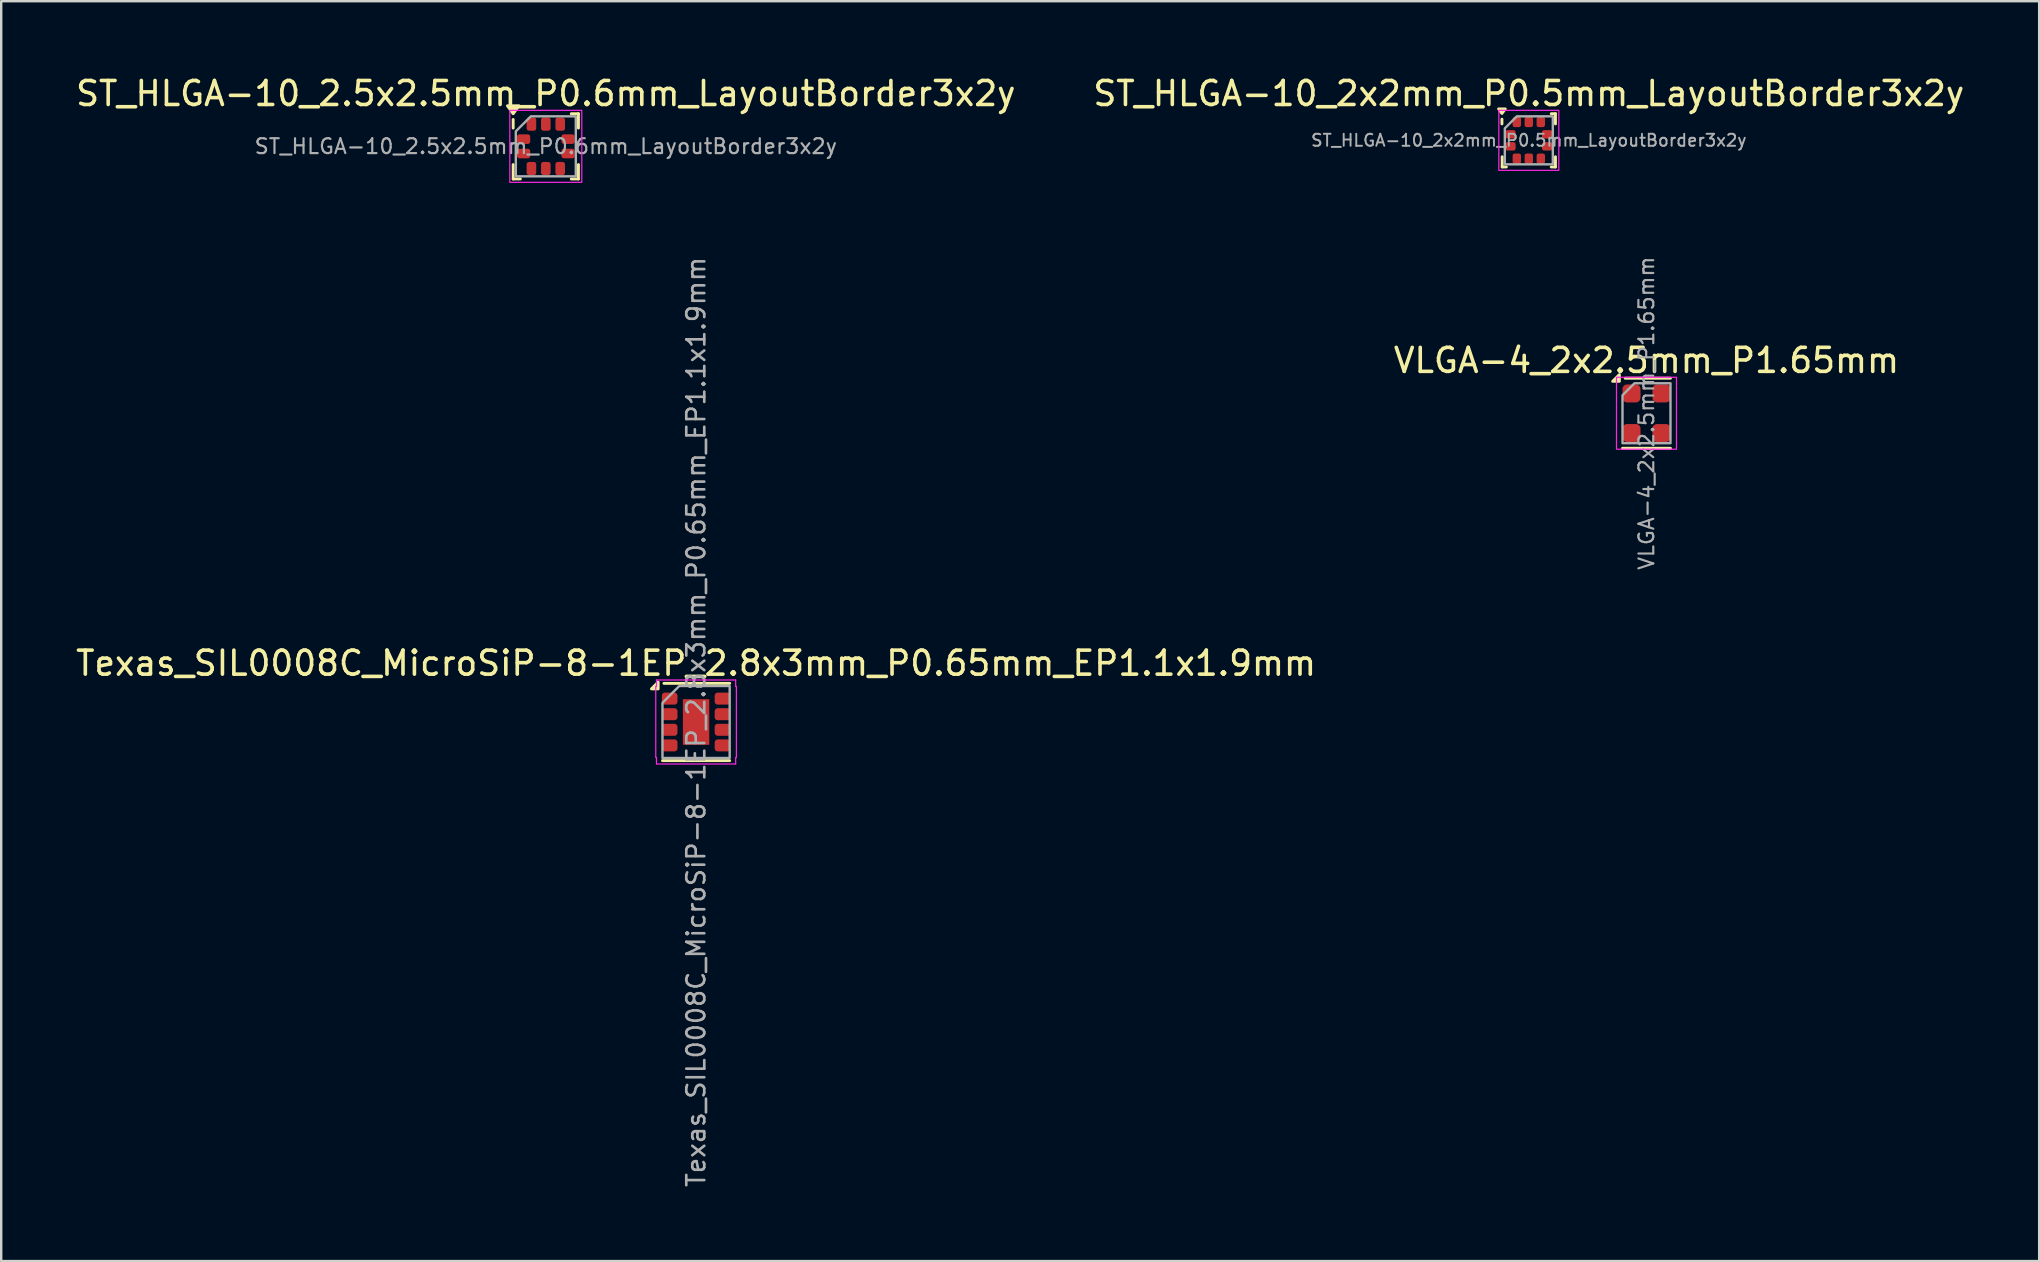
<source format=kicad_pcb>
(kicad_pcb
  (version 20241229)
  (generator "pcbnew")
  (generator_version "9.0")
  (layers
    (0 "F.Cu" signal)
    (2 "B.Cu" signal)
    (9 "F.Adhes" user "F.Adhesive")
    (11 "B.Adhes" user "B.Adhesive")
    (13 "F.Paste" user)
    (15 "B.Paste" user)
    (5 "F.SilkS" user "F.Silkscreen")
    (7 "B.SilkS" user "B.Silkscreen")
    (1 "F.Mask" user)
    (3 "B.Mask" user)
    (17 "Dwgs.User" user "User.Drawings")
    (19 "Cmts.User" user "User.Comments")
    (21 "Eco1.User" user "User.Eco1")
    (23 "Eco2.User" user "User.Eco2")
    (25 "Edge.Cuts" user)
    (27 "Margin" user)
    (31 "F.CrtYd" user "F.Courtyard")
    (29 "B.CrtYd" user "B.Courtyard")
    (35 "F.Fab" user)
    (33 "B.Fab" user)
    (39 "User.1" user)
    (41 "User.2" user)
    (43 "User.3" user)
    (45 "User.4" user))
  (footprint "Texas_SIL0008C_MicroSiP-8-1EP_2.8x3mm_P0.65mm_EP1.1x1.9mm"
    (layer "F.Cu")
    (at 25.958 27.038)
    (property "Reference" "Texas_SIL0008C_MicroSiP-8-1EP_2.8x3mm_P0.65mm_EP1.1x1.9mm" (at 0 -2.45 0) (layer "F.SilkS") (effects (font (size 1 1) (thickness 0.15))))
    (attr smd)
    (fp_line (start -1.4 1.61) (end 1.4 1.61) (stroke (width 0.12) (type solid)) (layer "F.SilkS"))
    (fp_line (start -1.34 -1.61) (end 1.4 -1.61) (stroke (width 0.12) (type solid)) (layer "F.SilkS"))
    (fp_poly (pts (xy -1.58 -1.38) (xy -1.86 -1.38) (xy -1.58 -1.66)) (stroke (width 0.12) (type solid)) (fill yes) (layer "F.SilkS"))
    (fp_line (start -1.68 -1.48) (end -1.65 -1.48) (stroke (width 0.05) (type solid)) (layer "F.CrtYd"))
    (fp_line (start -1.68 1.48) (end -1.68 -1.48) (stroke (width 0.05) (type solid)) (layer "F.CrtYd"))
    (fp_line (start -1.65 -1.75) (end 1.65 -1.75) (stroke (width 0.05) (type solid)) (layer "F.CrtYd"))
    (fp_line (start -1.65 -1.48) (end -1.65 -1.75) (stroke (width 0.05) (type solid)) (layer "F.CrtYd"))
    (fp_line (start -1.65 1.48) (end -1.68 1.48) (stroke (width 0.05) (type solid)) (layer "F.CrtYd"))
    (fp_line (start -1.65 1.75) (end -1.65 1.48) (stroke (width 0.05) (type solid)) (layer "F.CrtYd"))
    (fp_line (start 1.65 -1.75) (end 1.65 -1.48) (stroke (width 0.05) (type solid)) (layer "F.CrtYd"))
    (fp_line (start 1.65 -1.48) (end 1.68 -1.48) (stroke (width 0.05) (type solid)) (layer "F.CrtYd"))
    (fp_line (start 1.65 1.48) (end 1.65 1.75) (stroke (width 0.05) (type solid)) (layer "F.CrtYd"))
    (fp_line (start 1.65 1.75) (end -1.65 1.75) (stroke (width 0.05) (type solid)) (layer "F.CrtYd"))
    (fp_line (start 1.68 -1.48) (end 1.68 1.48) (stroke (width 0.05) (type solid)) (layer "F.CrtYd"))
    (fp_line (start 1.68 1.48) (end 1.65 1.48) (stroke (width 0.05) (type solid)) (layer "F.CrtYd"))
    (fp_poly (pts (xy -1.4 -0.8) (xy -1.4 1.5) (xy 1.4 1.5) (xy 1.4 -1.5) (xy -0.7 -1.5)) (stroke (width 0.1) (type solid)) (fill no) (layer "F.Fab"))
    (fp_text user "${REFERENCE}" (at 0 0 90) (layer "F.Fab") (effects (font (size 0.75 0.75) (thickness 0.11))))
    (pad "" smd roundrect (at 0 -0.475) (size 0.89 0.77) (layers "F.Paste") (roundrect_rratio 0.25))
    (pad "" smd roundrect (at 0 0.475) (size 0.89 0.77) (layers "F.Paste") (roundrect_rratio 0.25))
    (pad "1" smd roundrect (at -1.1 -0.975) (size 0.65 0.5) (layers "F.Cu" "F.Mask" "F.Paste") (roundrect_rratio 0.25))
    (pad "2" smd roundrect (at -1.1 -0.325) (size 0.65 0.5) (layers "F.Cu" "F.Mask" "F.Paste") (roundrect_rratio 0.25))
    (pad "3" smd roundrect (at -1.1 0.325) (size 0.65 0.5) (layers "F.Cu" "F.Mask" "F.Paste") (roundrect_rratio 0.25))
    (pad "4" smd roundrect (at -1.1 0.975) (size 0.65 0.5) (layers "F.Cu" "F.Mask" "F.Paste") (roundrect_rratio 0.25))
    (pad "5" smd roundrect (at 1.1 0.975) (size 0.65 0.5) (layers "F.Cu" "F.Mask" "F.Paste") (roundrect_rratio 0.25))
    (pad "6" smd roundrect (at 1.1 0.325) (size 0.65 0.5) (layers "F.Cu" "F.Mask" "F.Paste") (roundrect_rratio 0.25))
    (pad "7" smd roundrect (at 1.1 -0.325) (size 0.65 0.5) (layers "F.Cu" "F.Mask" "F.Paste") (roundrect_rratio 0.25))
    (pad "8" smd roundrect (at 1.1 -0.975) (size 0.65 0.5) (layers "F.Cu" "F.Mask" "F.Paste") (roundrect_rratio 0.25))
    (pad "9" smd rect (at 0 0) (size 1.1 1.9) (property pad_prop_heatsink) (layers "F.Cu" "F.Mask")))
  (footprint "VLGA-4_2x2.5mm_P1.65mm"
    (layer "F.Cu")
    (at 65.565 14.171)
    (property "Reference" "VLGA-4_2x2.5mm_P1.65mm" (at 0 -2.2 0) (layer "F.SilkS") (effects (font (size 1 1) (thickness 0.15))))
    (attr smd)
    (fp_line (start -1 1.46) (end 1 1.46) (stroke (width 0.12) (type solid)) (layer "F.SilkS"))
    (fp_line (start -0.89 -1.46) (end 1 -1.46) (stroke (width 0.12) (type solid)) (layer "F.SilkS"))
    (fp_poly (pts (xy -1.13 -1.33) (xy -1.41 -1.33) (xy -1.13 -1.61)) (stroke (width 0.12) (type solid)) (fill yes) (layer "F.SilkS"))
    (fp_rect (start 1.25 1.5) (end -1.25 -1.5) (stroke (width 0.05) (type solid)) (fill no) (layer "F.CrtYd"))
    (fp_poly (pts (xy -1 -0.75) (xy -1 1.25) (xy 1 1.25) (xy 1 -1.25) (xy -0.5 -1.25)) (stroke (width 0.1) (type solid)) (fill no) (layer "F.Fab"))
    (fp_text user "${REFERENCE}" (at 0 0 90) (layer "F.Fab") (effects (font (size 0.62 0.62) (thickness 0.09))))
    (pad "1" smd roundrect (at -0.625 -0.825) (size 0.75 0.75) (layers "F.Cu" "F.Mask" "F.Paste") (roundrect_rratio 0.25))
    (pad "2" smd roundrect (at -0.625 0.825) (size 0.75 0.75) (layers "F.Cu" "F.Mask" "F.Paste") (roundrect_rratio 0.25))
    (pad "3" smd roundrect (at 0.625 0.825) (size 0.75 0.75) (layers "F.Cu" "F.Mask" "F.Paste") (roundrect_rratio 0.25))
    (pad "4" smd roundrect (at 0.625 -0.825) (size 0.75 0.75) (layers "F.Cu" "F.Mask" "F.Paste") (roundrect_rratio 0.25)))
  (footprint "ST_HLGA-10_2x2mm_P0.5mm_LayoutBorder3x2y"
    (layer "F.Cu")
    (at 60.661 2.798)
    (property "Reference" "ST_HLGA-10_2x2mm_P0.5mm_LayoutBorder3x2y" (at 0 -1.95 0) (layer "F.SilkS") (effects (font (size 1 1) (thickness 0.15))))
    (attr smd)
    (fp_line (start -1.12 -0.685) (end -1.12 -0.88) (stroke (width 0.12) (type solid)) (layer "F.SilkS"))
    (fp_line (start -1.11 1.11) (end -1.11 0.685) (stroke (width 0.12) (type solid)) (layer "F.SilkS"))
    (fp_line (start -0.935 1.11) (end -1.11 1.11) (stroke (width 0.12) (type solid)) (layer "F.SilkS"))
    (fp_line (start 0.935 -1.11) (end 1.11 -1.11) (stroke (width 0.12) (type solid)) (layer "F.SilkS"))
    (fp_line (start 0.935 1.11) (end 1.11 1.11) (stroke (width 0.12) (type solid)) (layer "F.SilkS"))
    (fp_line (start 1.11 -1.11) (end 1.11 -0.685) (stroke (width 0.12) (type solid)) (layer "F.SilkS"))
    (fp_line (start 1.11 1.11) (end 1.11 0.685) (stroke (width 0.12) (type solid)) (layer "F.SilkS"))
    (fp_poly (pts (xy -1.12 -1.12) (xy -1.26 -1.31) (xy -0.98 -1.31)) (stroke (width 0.12) (type solid)) (fill yes) (layer "F.SilkS"))
    (fp_rect (start 1.25 1.25) (end -1.25 -1.25) (stroke (width 0.05) (type solid)) (fill no) (layer "F.CrtYd"))
    (fp_poly (pts (xy -1 -0.5) (xy -1 1) (xy 1 1) (xy 1 -1) (xy -0.5 -1)) (stroke (width 0.1) (type solid)) (fill no) (layer "F.Fab"))
    (fp_text user "${REFERENCE}" (at 0 0 0) (layer "F.Fab") (effects (font (size 0.5 0.5) (thickness 0.08))))
    (pad "1" smd roundrect (at -0.762 -0.25) (size 0.425 0.35) (layers "F.Cu" "F.Mask" "F.Paste") (roundrect_rratio 0.25))
    (pad "2" smd roundrect (at -0.762 0.25) (size 0.425 0.35) (layers "F.Cu" "F.Mask" "F.Paste") (roundrect_rratio 0.25))
    (pad "3" smd roundrect (at -0.5 0.762) (size 0.35 0.425) (layers "F.Cu" "F.Mask" "F.Paste") (roundrect_rratio 0.25))
    (pad "4" smd roundrect (at 0 0.762) (size 0.35 0.425) (layers "F.Cu" "F.Mask" "F.Paste") (roundrect_rratio 0.25))
    (pad "5" smd roundrect (at 0.5 0.762) (size 0.35 0.425) (layers "F.Cu" "F.Mask" "F.Paste") (roundrect_rratio 0.25))
    (pad "6" smd roundrect (at 0.762 0.25) (size 0.425 0.35) (layers "F.Cu" "F.Mask" "F.Paste") (roundrect_rratio 0.25))
    (pad "7" smd roundrect (at 0.762 -0.25) (size 0.425 0.35) (layers "F.Cu" "F.Mask" "F.Paste") (roundrect_rratio 0.25))
    (pad "8" smd roundrect (at 0.5 -0.762) (size 0.35 0.425) (layers "F.Cu" "F.Mask" "F.Paste") (roundrect_rratio 0.25))
    (pad "9" smd roundrect (at 0 -0.762) (size 0.35 0.425) (layers "F.Cu" "F.Mask" "F.Paste") (roundrect_rratio 0.25))
    (pad "10" smd roundrect (at -0.5 -0.762) (size 0.35 0.425) (layers "F.Cu" "F.Mask" "F.Paste") (roundrect_rratio 0.25)))
  (footprint "ST_HLGA-10_2.5x2.5mm_P0.6mm_LayoutBorder3x2y"
    (layer "F.Cu")
    (at 19.696 3.048)
    (property "Reference" "ST_HLGA-10_2.5x2.5mm_P0.6mm_LayoutBorder3x2y" (at 0 -2.2 0) (layer "F.SilkS") (effects (font (size 1 1) (thickness 0.15))))
    (attr smd)
    (fp_line (start -1.36 -0.76) (end -1.36 -1.12) (stroke (width 0.12) (type solid)) (layer "F.SilkS"))
    (fp_line (start -1.36 1.36) (end -1.36 0.76) (stroke (width 0.12) (type solid)) (layer "F.SilkS"))
    (fp_line (start -1.06 1.36) (end -1.36 1.36) (stroke (width 0.12) (type solid)) (layer "F.SilkS"))
    (fp_line (start 1.06 -1.36) (end 1.36 -1.36) (stroke (width 0.12) (type solid)) (layer "F.SilkS"))
    (fp_line (start 1.06 1.36) (end 1.36 1.36) (stroke (width 0.12) (type solid)) (layer "F.SilkS"))
    (fp_line (start 1.36 -1.36) (end 1.36 -0.76) (stroke (width 0.12) (type solid)) (layer "F.SilkS"))
    (fp_line (start 1.36 1.36) (end 1.36 0.76) (stroke (width 0.12) (type solid)) (layer "F.SilkS"))
    (fp_poly (pts (xy -1.36 -1.36) (xy -1.6 -1.69) (xy -1.12 -1.69)) (stroke (width 0.12) (type solid)) (fill yes) (layer "F.SilkS"))
    (fp_rect (start 1.5 1.5) (end -1.5 -1.5) (stroke (width 0.05) (type solid)) (fill no) (layer "F.CrtYd"))
    (fp_poly (pts (xy -1.25 -0.625) (xy -1.25 1.25) (xy 1.25 1.25) (xy 1.25 -1.25) (xy -0.625 -1.25)) (stroke (width 0.1) (type solid)) (fill no) (layer "F.Fab"))
    (fp_text user "${REFERENCE}" (at 0 0 0) (layer "F.Fab") (effects (font (size 0.62 0.62) (thickness 0.09))))
    (pad "1" smd roundrect (at -0.925 -0.3) (size 0.55 0.4) (layers "F.Cu" "F.Mask" "F.Paste") (roundrect_rratio 0.25))
    (pad "2" smd roundrect (at -0.925 0.3) (size 0.55 0.4) (layers "F.Cu" "F.Mask" "F.Paste") (roundrect_rratio 0.25))
    (pad "3" smd roundrect (at -0.6 0.925) (size 0.4 0.55) (layers "F.Cu" "F.Mask" "F.Paste") (roundrect_rratio 0.25))
    (pad "4" smd roundrect (at 0 0.925) (size 0.4 0.55) (layers "F.Cu" "F.Mask" "F.Paste") (roundrect_rratio 0.25))
    (pad "5" smd roundrect (at 0.6 0.925) (size 0.4 0.55) (layers "F.Cu" "F.Mask" "F.Paste") (roundrect_rratio 0.25))
    (pad "6" smd roundrect (at 0.925 0.3) (size 0.55 0.4) (layers "F.Cu" "F.Mask" "F.Paste") (roundrect_rratio 0.25))
    (pad "7" smd roundrect (at 0.925 -0.3) (size 0.55 0.4) (layers "F.Cu" "F.Mask" "F.Paste") (roundrect_rratio 0.25))
    (pad "8" smd roundrect (at 0.6 -0.925) (size 0.4 0.55) (layers "F.Cu" "F.Mask" "F.Paste") (roundrect_rratio 0.25))
    (pad "9" smd roundrect (at 0 -0.925) (size 0.4 0.55) (layers "F.Cu" "F.Mask" "F.Paste") (roundrect_rratio 0.25))
    (pad "10" smd roundrect (at -0.6 -0.925) (size 0.4 0.55) (layers "F.Cu" "F.Mask" "F.Paste") (roundrect_rratio 0.25)))
  (gr_rect
    (start -3 -3)
    (end 81.929 49.503)
    (stroke (width 0.1) (type default))
    (fill no)
    (layer "Edge.Cuts")))
</source>
